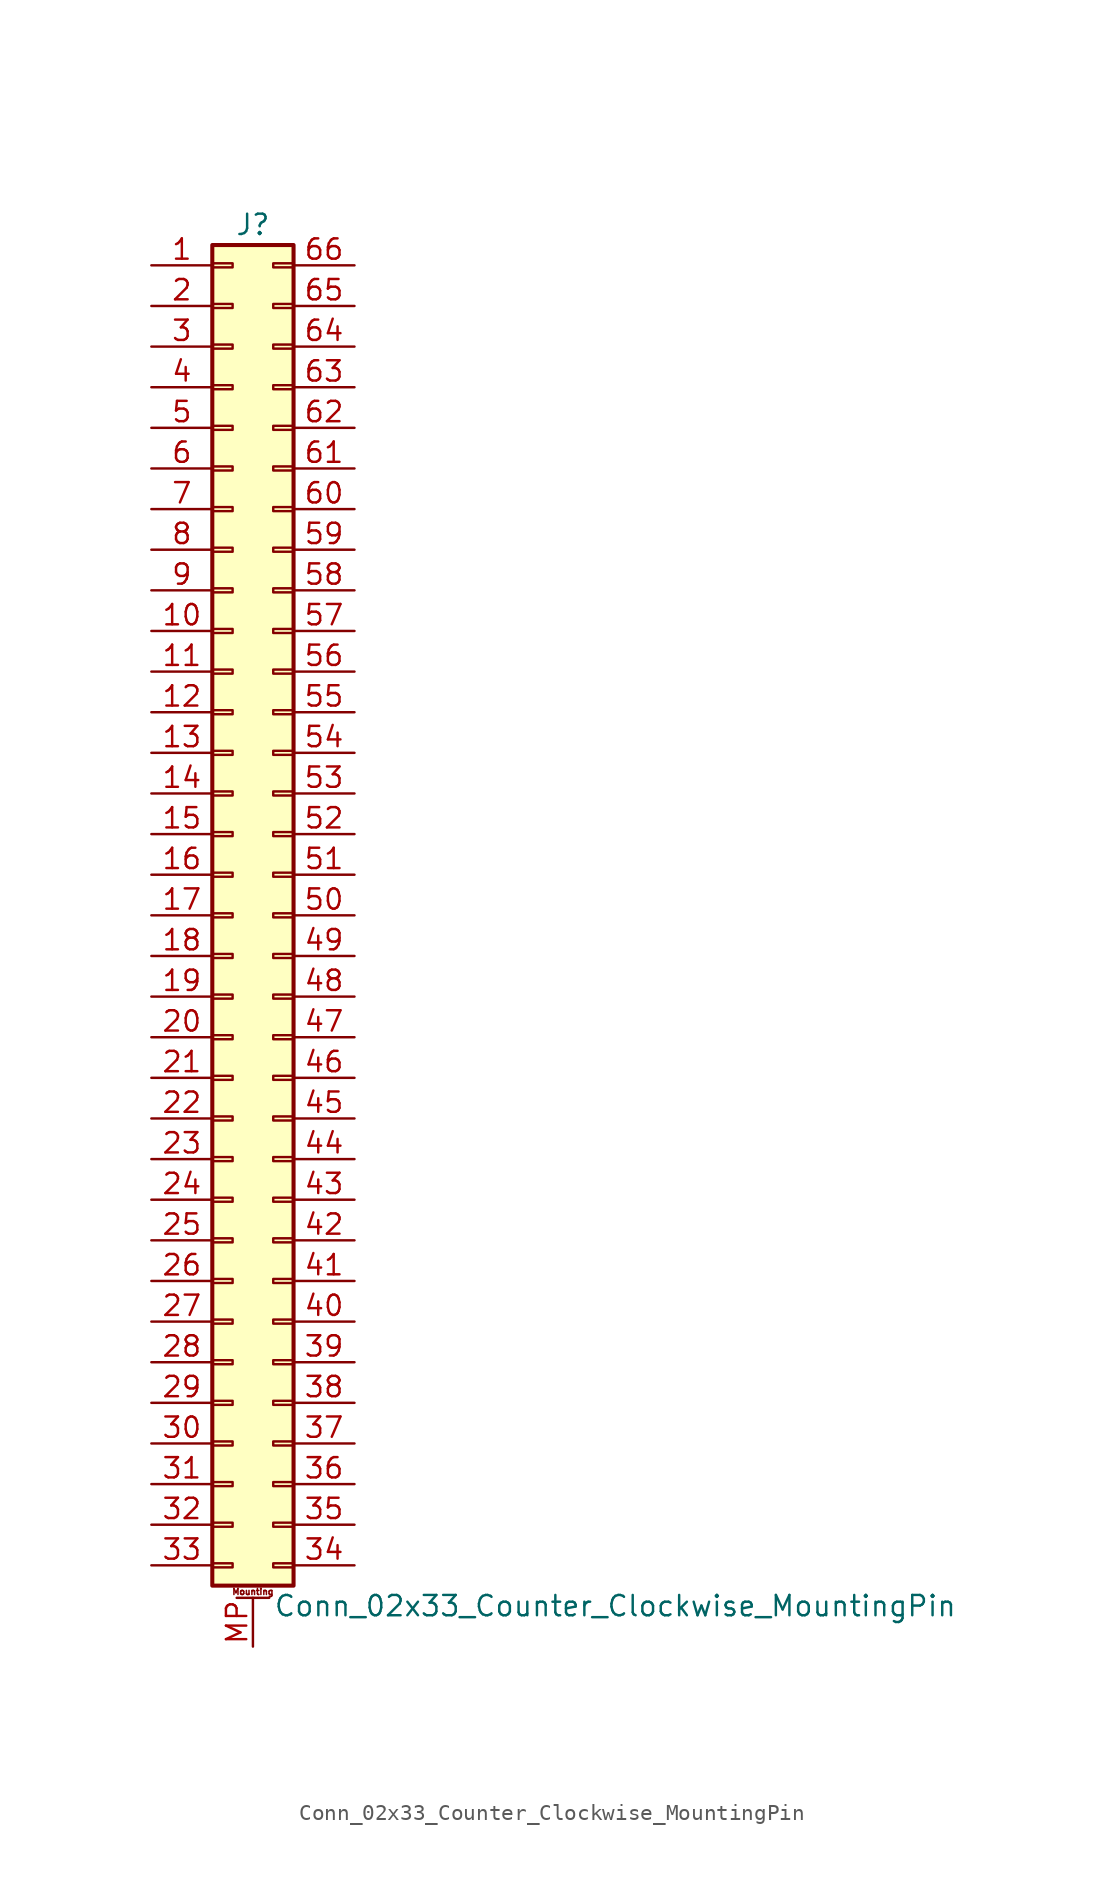
<source format=kicad_sym>
(kicad_symbol_lib
  (version 20211014)
  (generator kicad_symbol_editor)
  (symbol "Conn_02x33_Counter_Clockwise_MountingPin"
    (pin_names
      (offset 1.016) hide)
    (property "Reference" "J"
      (at 1.27 43.18 0)
      (effects (font (size 1.27 1.27))))
    (property "Value" "Conn_02x33_Counter_Clockwise_MountingPin"
      (at 2.54 -43.18 0)
      (effects (font (size 1.27 1.27)) (justify left)))
    (symbol "Conn_02x33_Counter_Clockwise_MountingPin_1_1"
      (rectangle (start -1.27 -40.513) (end 0 -40.767) (stroke (width 0.152) (type default) (color 0 0 0 0)) (fill (type none)))
      (rectangle (start -1.27 -37.973) (end 0 -38.227) (stroke (width 0.152) (type default) (color 0 0 0 0)) (fill (type none)))
      (rectangle (start -1.27 -35.433) (end 0 -35.687) (stroke (width 0.152) (type default) (color 0 0 0 0)) (fill (type none)))
      (rectangle (start -1.27 -32.893) (end 0 -33.147) (stroke (width 0.152) (type default) (color 0 0 0 0)) (fill (type none)))
      (rectangle (start -1.27 -30.353) (end 0 -30.607) (stroke (width 0.152) (type default) (color 0 0 0 0)) (fill (type none)))
      (rectangle (start -1.27 -27.813) (end 0 -28.067) (stroke (width 0.152) (type default) (color 0 0 0 0)) (fill (type none)))
      (rectangle (start -1.27 -25.273) (end 0 -25.527) (stroke (width 0.152) (type default) (color 0 0 0 0)) (fill (type none)))
      (rectangle (start -1.27 -22.733) (end 0 -22.987) (stroke (width 0.152) (type default) (color 0 0 0 0)) (fill (type none)))
      (rectangle (start -1.27 -20.193) (end 0 -20.447) (stroke (width 0.152) (type default) (color 0 0 0 0)) (fill (type none)))
      (rectangle (start -1.27 -17.653) (end 0 -17.907) (stroke (width 0.152) (type default) (color 0 0 0 0)) (fill (type none)))
      (rectangle (start -1.27 -15.113) (end 0 -15.367) (stroke (width 0.152) (type default) (color 0 0 0 0)) (fill (type none)))
      (rectangle (start -1.27 -12.573) (end 0 -12.827) (stroke (width 0.152) (type default) (color 0 0 0 0)) (fill (type none)))
      (rectangle (start -1.27 -10.033) (end 0 -10.287) (stroke (width 0.152) (type default) (color 0 0 0 0)) (fill (type none)))
      (rectangle (start -1.27 -7.493) (end 0 -7.747) (stroke (width 0.152) (type default) (color 0 0 0 0)) (fill (type none)))
      (rectangle (start -1.27 -4.953) (end 0 -5.207) (stroke (width 0.152) (type default) (color 0 0 0 0)) (fill (type none)))
      (rectangle (start -1.27 -2.413) (end 0 -2.667) (stroke (width 0.152) (type default) (color 0 0 0 0)) (fill (type none)))
      (rectangle (start -1.27 0.127) (end 0 -0.127) (stroke (width 0.152) (type default) (color 0 0 0 0)) (fill (type none)))
      (rectangle (start -1.27 2.667) (end 0 2.413) (stroke (width 0.152) (type default) (color 0 0 0 0)) (fill (type none)))
      (rectangle (start -1.27 5.207) (end 0 4.953) (stroke (width 0.152) (type default) (color 0 0 0 0)) (fill (type none)))
      (rectangle (start -1.27 7.747) (end 0 7.493) (stroke (width 0.152) (type default) (color 0 0 0 0)) (fill (type none)))
      (rectangle (start -1.27 10.287) (end 0 10.033) (stroke (width 0.152) (type default) (color 0 0 0 0)) (fill (type none)))
      (rectangle (start -1.27 12.827) (end 0 12.573) (stroke (width 0.152) (type default) (color 0 0 0 0)) (fill (type none)))
      (rectangle (start -1.27 15.367) (end 0 15.113) (stroke (width 0.152) (type default) (color 0 0 0 0)) (fill (type none)))
      (rectangle (start -1.27 17.907) (end 0 17.653) (stroke (width 0.152) (type default) (color 0 0 0 0)) (fill (type none)))
      (rectangle (start -1.27 20.447) (end 0 20.193) (stroke (width 0.152) (type default) (color 0 0 0 0)) (fill (type none)))
      (rectangle (start -1.27 22.987) (end 0 22.733) (stroke (width 0.152) (type default) (color 0 0 0 0)) (fill (type none)))
      (rectangle (start -1.27 25.527) (end 0 25.273) (stroke (width 0.152) (type default) (color 0 0 0 0)) (fill (type none)))
      (rectangle (start -1.27 28.067) (end 0 27.813) (stroke (width 0.152) (type default) (color 0 0 0 0)) (fill (type none)))
      (rectangle (start -1.27 30.607) (end 0 30.353) (stroke (width 0.152) (type default) (color 0 0 0 0)) (fill (type none)))
      (rectangle (start -1.27 33.147) (end 0 32.893) (stroke (width 0.152) (type default) (color 0 0 0 0)) (fill (type none)))
      (rectangle (start -1.27 35.687) (end 0 35.433) (stroke (width 0.152) (type default) (color 0 0 0 0)) (fill (type none)))
      (rectangle (start -1.27 38.227) (end 0 37.973) (stroke (width 0.152) (type default) (color 0 0 0 0)) (fill (type none)))
      (rectangle (start -1.27 40.767) (end 0 40.513) (stroke (width 0.152) (type default) (color 0 0 0 0)) (fill (type none)))
      (rectangle (start -1.27 41.91) (end 3.81 -41.91) (stroke (width 0.254) (type default) (color 0 0 0 0)) (fill (type background)))
      (polyline (pts (xy 0.254 -42.672) (xy 2.286 -42.672)) (stroke (width 0.152) (type default) (color 0 0 0 0)) (fill (type none)))
      (rectangle (start 3.81 -40.513) (end 2.54 -40.767) (stroke (width 0.152) (type default) (color 0 0 0 0)) (fill (type none)))
      (rectangle (start 3.81 -37.973) (end 2.54 -38.227) (stroke (width 0.152) (type default) (color 0 0 0 0)) (fill (type none)))
      (rectangle (start 3.81 -35.433) (end 2.54 -35.687) (stroke (width 0.152) (type default) (color 0 0 0 0)) (fill (type none)))
      (rectangle (start 3.81 -32.893) (end 2.54 -33.147) (stroke (width 0.152) (type default) (color 0 0 0 0)) (fill (type none)))
      (rectangle (start 3.81 -30.353) (end 2.54 -30.607) (stroke (width 0.152) (type default) (color 0 0 0 0)) (fill (type none)))
      (rectangle (start 3.81 -27.813) (end 2.54 -28.067) (stroke (width 0.152) (type default) (color 0 0 0 0)) (fill (type none)))
      (rectangle (start 3.81 -25.273) (end 2.54 -25.527) (stroke (width 0.152) (type default) (color 0 0 0 0)) (fill (type none)))
      (rectangle (start 3.81 -22.733) (end 2.54 -22.987) (stroke (width 0.152) (type default) (color 0 0 0 0)) (fill (type none)))
      (rectangle (start 3.81 -20.193) (end 2.54 -20.447) (stroke (width 0.152) (type default) (color 0 0 0 0)) (fill (type none)))
      (rectangle (start 3.81 -17.653) (end 2.54 -17.907) (stroke (width 0.152) (type default) (color 0 0 0 0)) (fill (type none)))
      (rectangle (start 3.81 -15.113) (end 2.54 -15.367) (stroke (width 0.152) (type default) (color 0 0 0 0)) (fill (type none)))
      (rectangle (start 3.81 -12.573) (end 2.54 -12.827) (stroke (width 0.152) (type default) (color 0 0 0 0)) (fill (type none)))
      (rectangle (start 3.81 -10.033) (end 2.54 -10.287) (stroke (width 0.152) (type default) (color 0 0 0 0)) (fill (type none)))
      (rectangle (start 3.81 -7.493) (end 2.54 -7.747) (stroke (width 0.152) (type default) (color 0 0 0 0)) (fill (type none)))
      (rectangle (start 3.81 -4.953) (end 2.54 -5.207) (stroke (width 0.152) (type default) (color 0 0 0 0)) (fill (type none)))
      (rectangle (start 3.81 -2.413) (end 2.54 -2.667) (stroke (width 0.152) (type default) (color 0 0 0 0)) (fill (type none)))
      (rectangle (start 3.81 0.127) (end 2.54 -0.127) (stroke (width 0.152) (type default) (color 0 0 0 0)) (fill (type none)))
      (rectangle (start 3.81 2.667) (end 2.54 2.413) (stroke (width 0.152) (type default) (color 0 0 0 0)) (fill (type none)))
      (rectangle (start 3.81 5.207) (end 2.54 4.953) (stroke (width 0.152) (type default) (color 0 0 0 0)) (fill (type none)))
      (rectangle (start 3.81 7.747) (end 2.54 7.493) (stroke (width 0.152) (type default) (color 0 0 0 0)) (fill (type none)))
      (rectangle (start 3.81 10.287) (end 2.54 10.033) (stroke (width 0.152) (type default) (color 0 0 0 0)) (fill (type none)))
      (rectangle (start 3.81 12.827) (end 2.54 12.573) (stroke (width 0.152) (type default) (color 0 0 0 0)) (fill (type none)))
      (rectangle (start 3.81 15.367) (end 2.54 15.113) (stroke (width 0.152) (type default) (color 0 0 0 0)) (fill (type none)))
      (rectangle (start 3.81 17.907) (end 2.54 17.653) (stroke (width 0.152) (type default) (color 0 0 0 0)) (fill (type none)))
      (rectangle (start 3.81 20.447) (end 2.54 20.193) (stroke (width 0.152) (type default) (color 0 0 0 0)) (fill (type none)))
      (rectangle (start 3.81 22.987) (end 2.54 22.733) (stroke (width 0.152) (type default) (color 0 0 0 0)) (fill (type none)))
      (rectangle (start 3.81 25.527) (end 2.54 25.273) (stroke (width 0.152) (type default) (color 0 0 0 0)) (fill (type none)))
      (rectangle (start 3.81 28.067) (end 2.54 27.813) (stroke (width 0.152) (type default) (color 0 0 0 0)) (fill (type none)))
      (rectangle (start 3.81 30.607) (end 2.54 30.353) (stroke (width 0.152) (type default) (color 0 0 0 0)) (fill (type none)))
      (rectangle (start 3.81 33.147) (end 2.54 32.893) (stroke (width 0.152) (type default) (color 0 0 0 0)) (fill (type none)))
      (rectangle (start 3.81 35.687) (end 2.54 35.433) (stroke (width 0.152) (type default) (color 0 0 0 0)) (fill (type none)))
      (rectangle (start 3.81 38.227) (end 2.54 37.973) (stroke (width 0.152) (type default) (color 0 0 0 0)) (fill (type none)))
      (rectangle (start 3.81 40.767) (end 2.54 40.513) (stroke (width 0.152) (type default) (color 0 0 0 0)) (fill (type none)))
      (text "Mounting" (at 1.27 -42.291 0) (effects (font (size 0.381 0.381))))
      (pin passive line (at -5.08 40.64 0) (length 3.81) (name "Pin_1" (effects (font (size 1.27 1.27)))) (number "1" (effects (font (size 1.27 1.27)))))
      (pin passive line (at -5.08 17.78 0) (length 3.81) (name "Pin_10" (effects (font (size 1.27 1.27)))) (number "10" (effects (font (size 1.27 1.27)))))
      (pin passive line (at -5.08 15.24 0) (length 3.81) (name "Pin_11" (effects (font (size 1.27 1.27)))) (number "11" (effects (font (size 1.27 1.27)))))
      (pin passive line (at -5.08 12.7 0) (length 3.81) (name "Pin_12" (effects (font (size 1.27 1.27)))) (number "12" (effects (font (size 1.27 1.27)))))
      (pin passive line (at -5.08 10.16 0) (length 3.81) (name "Pin_13" (effects (font (size 1.27 1.27)))) (number "13" (effects (font (size 1.27 1.27)))))
      (pin passive line (at -5.08 7.62 0) (length 3.81) (name "Pin_14" (effects (font (size 1.27 1.27)))) (number "14" (effects (font (size 1.27 1.27)))))
      (pin passive line (at -5.08 5.08 0) (length 3.81) (name "Pin_15" (effects (font (size 1.27 1.27)))) (number "15" (effects (font (size 1.27 1.27)))))
      (pin passive line (at -5.08 2.54 0) (length 3.81) (name "Pin_16" (effects (font (size 1.27 1.27)))) (number "16" (effects (font (size 1.27 1.27)))))
      (pin passive line (at -5.08 0 0) (length 3.81) (name "Pin_17" (effects (font (size 1.27 1.27)))) (number "17" (effects (font (size 1.27 1.27)))))
      (pin passive line (at -5.08 -2.54 0) (length 3.81) (name "Pin_18" (effects (font (size 1.27 1.27)))) (number "18" (effects (font (size 1.27 1.27)))))
      (pin passive line (at -5.08 -5.08 0) (length 3.81) (name "Pin_19" (effects (font (size 1.27 1.27)))) (number "19" (effects (font (size 1.27 1.27)))))
      (pin passive line (at -5.08 38.1 0) (length 3.81) (name "Pin_2" (effects (font (size 1.27 1.27)))) (number "2" (effects (font (size 1.27 1.27)))))
      (pin passive line (at -5.08 -7.62 0) (length 3.81) (name "Pin_20" (effects (font (size 1.27 1.27)))) (number "20" (effects (font (size 1.27 1.27)))))
      (pin passive line (at -5.08 -10.16 0) (length 3.81) (name "Pin_21" (effects (font (size 1.27 1.27)))) (number "21" (effects (font (size 1.27 1.27)))))
      (pin passive line (at -5.08 -12.7 0) (length 3.81) (name "Pin_22" (effects (font (size 1.27 1.27)))) (number "22" (effects (font (size 1.27 1.27)))))
      (pin passive line (at -5.08 -15.24 0) (length 3.81) (name "Pin_23" (effects (font (size 1.27 1.27)))) (number "23" (effects (font (size 1.27 1.27)))))
      (pin passive line (at -5.08 -17.78 0) (length 3.81) (name "Pin_24" (effects (font (size 1.27 1.27)))) (number "24" (effects (font (size 1.27 1.27)))))
      (pin passive line (at -5.08 -20.32 0) (length 3.81) (name "Pin_25" (effects (font (size 1.27 1.27)))) (number "25" (effects (font (size 1.27 1.27)))))
      (pin passive line (at -5.08 -22.86 0) (length 3.81) (name "Pin_26" (effects (font (size 1.27 1.27)))) (number "26" (effects (font (size 1.27 1.27)))))
      (pin passive line (at -5.08 -25.4 0) (length 3.81) (name "Pin_27" (effects (font (size 1.27 1.27)))) (number "27" (effects (font (size 1.27 1.27)))))
      (pin passive line (at -5.08 -27.94 0) (length 3.81) (name "Pin_28" (effects (font (size 1.27 1.27)))) (number "28" (effects (font (size 1.27 1.27)))))
      (pin passive line (at -5.08 -30.48 0) (length 3.81) (name "Pin_29" (effects (font (size 1.27 1.27)))) (number "29" (effects (font (size 1.27 1.27)))))
      (pin passive line (at -5.08 35.56 0) (length 3.81) (name "Pin_3" (effects (font (size 1.27 1.27)))) (number "3" (effects (font (size 1.27 1.27)))))
      (pin passive line (at -5.08 -33.02 0) (length 3.81) (name "Pin_30" (effects (font (size 1.27 1.27)))) (number "30" (effects (font (size 1.27 1.27)))))
      (pin passive line (at -5.08 -35.56 0) (length 3.81) (name "Pin_31" (effects (font (size 1.27 1.27)))) (number "31" (effects (font (size 1.27 1.27)))))
      (pin passive line (at -5.08 -38.1 0) (length 3.81) (name "Pin_32" (effects (font (size 1.27 1.27)))) (number "32" (effects (font (size 1.27 1.27)))))
      (pin passive line (at -5.08 -40.64 0) (length 3.81) (name "Pin_33" (effects (font (size 1.27 1.27)))) (number "33" (effects (font (size 1.27 1.27)))))
      (pin passive line (at 7.62 -40.64 180) (length 3.81) (name "Pin_34" (effects (font (size 1.27 1.27)))) (number "34" (effects (font (size 1.27 1.27)))))
      (pin passive line (at 7.62 -38.1 180) (length 3.81) (name "Pin_35" (effects (font (size 1.27 1.27)))) (number "35" (effects (font (size 1.27 1.27)))))
      (pin passive line (at 7.62 -35.56 180) (length 3.81) (name "Pin_36" (effects (font (size 1.27 1.27)))) (number "36" (effects (font (size 1.27 1.27)))))
      (pin passive line (at 7.62 -33.02 180) (length 3.81) (name "Pin_37" (effects (font (size 1.27 1.27)))) (number "37" (effects (font (size 1.27 1.27)))))
      (pin passive line (at 7.62 -30.48 180) (length 3.81) (name "Pin_38" (effects (font (size 1.27 1.27)))) (number "38" (effects (font (size 1.27 1.27)))))
      (pin passive line (at 7.62 -27.94 180) (length 3.81) (name "Pin_39" (effects (font (size 1.27 1.27)))) (number "39" (effects (font (size 1.27 1.27)))))
      (pin passive line (at -5.08 33.02 0) (length 3.81) (name "Pin_4" (effects (font (size 1.27 1.27)))) (number "4" (effects (font (size 1.27 1.27)))))
      (pin passive line (at 7.62 -25.4 180) (length 3.81) (name "Pin_40" (effects (font (size 1.27 1.27)))) (number "40" (effects (font (size 1.27 1.27)))))
      (pin passive line (at 7.62 -22.86 180) (length 3.81) (name "Pin_41" (effects (font (size 1.27 1.27)))) (number "41" (effects (font (size 1.27 1.27)))))
      (pin passive line (at 7.62 -20.32 180) (length 3.81) (name "Pin_42" (effects (font (size 1.27 1.27)))) (number "42" (effects (font (size 1.27 1.27)))))
      (pin passive line (at 7.62 -17.78 180) (length 3.81) (name "Pin_43" (effects (font (size 1.27 1.27)))) (number "43" (effects (font (size 1.27 1.27)))))
      (pin passive line (at 7.62 -15.24 180) (length 3.81) (name "Pin_44" (effects (font (size 1.27 1.27)))) (number "44" (effects (font (size 1.27 1.27)))))
      (pin passive line (at 7.62 -12.7 180) (length 3.81) (name "Pin_45" (effects (font (size 1.27 1.27)))) (number "45" (effects (font (size 1.27 1.27)))))
      (pin passive line (at 7.62 -10.16 180) (length 3.81) (name "Pin_46" (effects (font (size 1.27 1.27)))) (number "46" (effects (font (size 1.27 1.27)))))
      (pin passive line (at 7.62 -7.62 180) (length 3.81) (name "Pin_47" (effects (font (size 1.27 1.27)))) (number "47" (effects (font (size 1.27 1.27)))))
      (pin passive line (at 7.62 -5.08 180) (length 3.81) (name "Pin_48" (effects (font (size 1.27 1.27)))) (number "48" (effects (font (size 1.27 1.27)))))
      (pin passive line (at 7.62 -2.54 180) (length 3.81) (name "Pin_49" (effects (font (size 1.27 1.27)))) (number "49" (effects (font (size 1.27 1.27)))))
      (pin passive line (at -5.08 30.48 0) (length 3.81) (name "Pin_5" (effects (font (size 1.27 1.27)))) (number "5" (effects (font (size 1.27 1.27)))))
      (pin passive line (at 7.62 0 180) (length 3.81) (name "Pin_50" (effects (font (size 1.27 1.27)))) (number "50" (effects (font (size 1.27 1.27)))))
      (pin passive line (at 7.62 2.54 180) (length 3.81) (name "Pin_51" (effects (font (size 1.27 1.27)))) (number "51" (effects (font (size 1.27 1.27)))))
      (pin passive line (at 7.62 5.08 180) (length 3.81) (name "Pin_52" (effects (font (size 1.27 1.27)))) (number "52" (effects (font (size 1.27 1.27)))))
      (pin passive line (at 7.62 7.62 180) (length 3.81) (name "Pin_53" (effects (font (size 1.27 1.27)))) (number "53" (effects (font (size 1.27 1.27)))))
      (pin passive line (at 7.62 10.16 180) (length 3.81) (name "Pin_54" (effects (font (size 1.27 1.27)))) (number "54" (effects (font (size 1.27 1.27)))))
      (pin passive line (at 7.62 12.7 180) (length 3.81) (name "Pin_55" (effects (font (size 1.27 1.27)))) (number "55" (effects (font (size 1.27 1.27)))))
      (pin passive line (at 7.62 15.24 180) (length 3.81) (name "Pin_56" (effects (font (size 1.27 1.27)))) (number "56" (effects (font (size 1.27 1.27)))))
      (pin passive line (at 7.62 17.78 180) (length 3.81) (name "Pin_57" (effects (font (size 1.27 1.27)))) (number "57" (effects (font (size 1.27 1.27)))))
      (pin passive line (at 7.62 20.32 180) (length 3.81) (name "Pin_58" (effects (font (size 1.27 1.27)))) (number "58" (effects (font (size 1.27 1.27)))))
      (pin passive line (at 7.62 22.86 180) (length 3.81) (name "Pin_59" (effects (font (size 1.27 1.27)))) (number "59" (effects (font (size 1.27 1.27)))))
      (pin passive line (at -5.08 27.94 0) (length 3.81) (name "Pin_6" (effects (font (size 1.27 1.27)))) (number "6" (effects (font (size 1.27 1.27)))))
      (pin passive line (at 7.62 25.4 180) (length 3.81) (name "Pin_60" (effects (font (size 1.27 1.27)))) (number "60" (effects (font (size 1.27 1.27)))))
      (pin passive line (at 7.62 27.94 180) (length 3.81) (name "Pin_61" (effects (font (size 1.27 1.27)))) (number "61" (effects (font (size 1.27 1.27)))))
      (pin passive line (at 7.62 30.48 180) (length 3.81) (name "Pin_62" (effects (font (size 1.27 1.27)))) (number "62" (effects (font (size 1.27 1.27)))))
      (pin passive line (at 7.62 33.02 180) (length 3.81) (name "Pin_63" (effects (font (size 1.27 1.27)))) (number "63" (effects (font (size 1.27 1.27)))))
      (pin passive line (at 7.62 35.56 180) (length 3.81) (name "Pin_64" (effects (font (size 1.27 1.27)))) (number "64" (effects (font (size 1.27 1.27)))))
      (pin passive line (at 7.62 38.1 180) (length 3.81) (name "Pin_65" (effects (font (size 1.27 1.27)))) (number "65" (effects (font (size 1.27 1.27)))))
      (pin passive line (at 7.62 40.64 180) (length 3.81) (name "Pin_66" (effects (font (size 1.27 1.27)))) (number "66" (effects (font (size 1.27 1.27)))))
      (pin passive line (at -5.08 25.4 0) (length 3.81) (name "Pin_7" (effects (font (size 1.27 1.27)))) (number "7" (effects (font (size 1.27 1.27)))))
      (pin passive line (at -5.08 22.86 0) (length 3.81) (name "Pin_8" (effects (font (size 1.27 1.27)))) (number "8" (effects (font (size 1.27 1.27)))))
      (pin passive line (at -5.08 20.32 0) (length 3.81) (name "Pin_9" (effects (font (size 1.27 1.27)))) (number "9" (effects (font (size 1.27 1.27)))))
      (pin passive line (at 1.27 -45.72 90) (length 3.048) (name "MountPin" (effects (font (size 1.27 1.27)))) (number "MP" (effects (font (size 1.27 1.27))))))))
</source>
